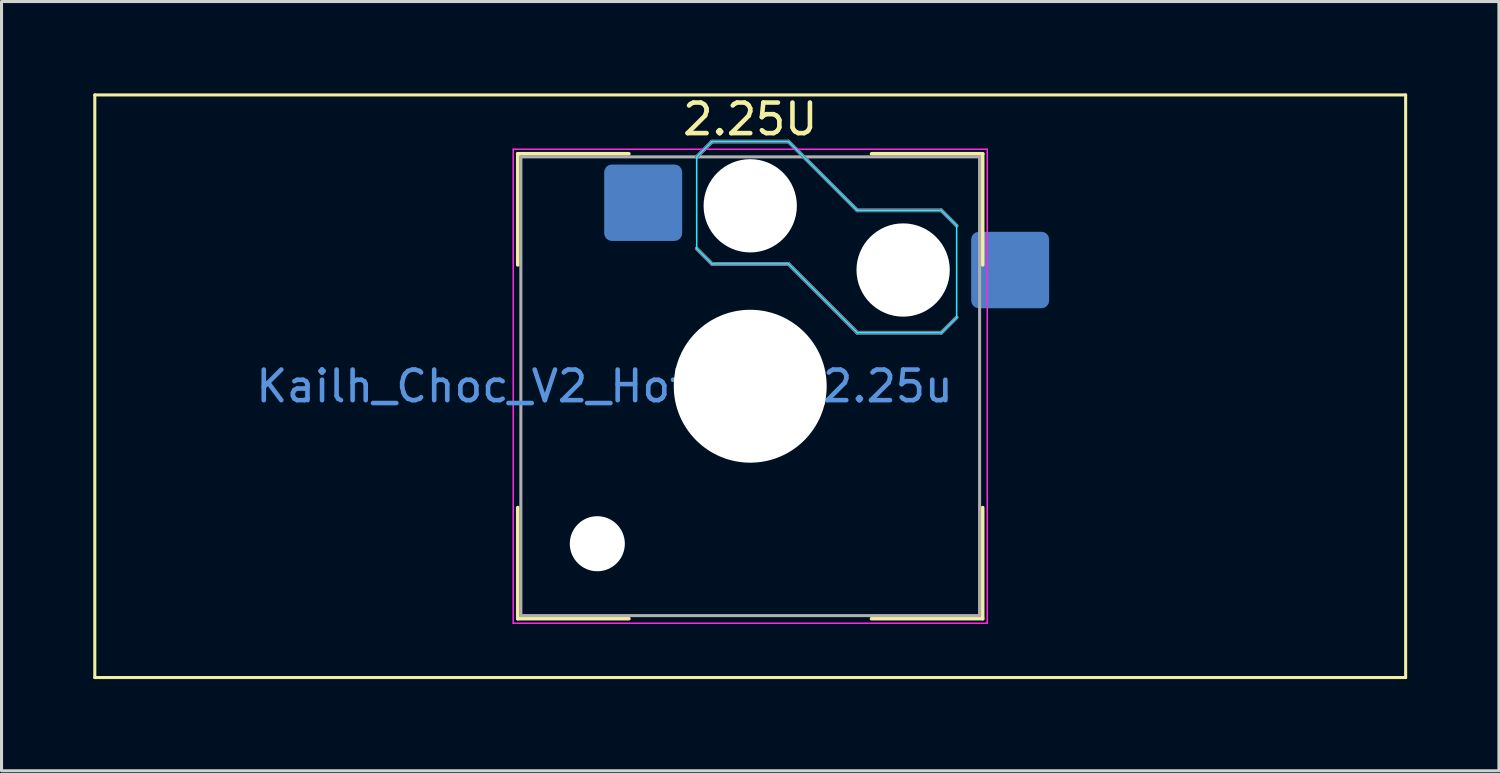
<source format=kicad_pcb>
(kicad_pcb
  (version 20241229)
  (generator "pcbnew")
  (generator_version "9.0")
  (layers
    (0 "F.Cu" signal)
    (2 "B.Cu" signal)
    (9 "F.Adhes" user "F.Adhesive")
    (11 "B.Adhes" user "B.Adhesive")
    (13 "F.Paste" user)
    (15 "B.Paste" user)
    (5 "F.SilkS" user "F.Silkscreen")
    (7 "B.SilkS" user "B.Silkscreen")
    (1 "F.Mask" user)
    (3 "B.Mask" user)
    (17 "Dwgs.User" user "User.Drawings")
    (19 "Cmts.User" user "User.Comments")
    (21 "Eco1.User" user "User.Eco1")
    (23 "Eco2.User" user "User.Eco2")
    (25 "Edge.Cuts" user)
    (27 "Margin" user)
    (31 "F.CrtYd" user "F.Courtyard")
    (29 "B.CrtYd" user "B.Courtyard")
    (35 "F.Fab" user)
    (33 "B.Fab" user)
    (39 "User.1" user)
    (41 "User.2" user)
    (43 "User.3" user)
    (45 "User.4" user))
  (footprint "Kailh_Choc_V2_Hotswap_2.25u"
    (layer "F.Cu")
    (at 21.481 9.579)
    (property "Reference" "Kailh_Choc_V2_Hotswap_2.25u" (at -4.763 0 0) (layer "Cmts.User") (effects (font (size 1 1) (thickness 0.15))))
    (attr smd)
    (fp_line (start -21.431 -9.525) (end -21.431 9.525) (stroke (width 0.1) (type solid)) (layer "F.SilkS"))
    (fp_line (start -21.431 9.525) (end 21.431 9.525) (stroke (width 0.1) (type solid)) (layer "F.SilkS"))
    (fp_line (start -7.6 -3.969) (end -7.6 -7.6) (stroke (width 0.12) (type solid)) (layer "F.SilkS"))
    (fp_line (start -7.6 7.6) (end -7.6 3.969) (stroke (width 0.12) (type solid)) (layer "F.SilkS"))
    (fp_line (start -3.969 -7.6) (end -7.6 -7.6) (stroke (width 0.12) (type solid)) (layer "F.SilkS"))
    (fp_line (start -3.969 7.6) (end -7.6 7.6) (stroke (width 0.12) (type solid)) (layer "F.SilkS"))
    (fp_line (start 7.6 -7.6) (end 3.969 -7.6) (stroke (width 0.12) (type solid)) (layer "F.SilkS"))
    (fp_line (start 7.6 -3.969) (end 7.6 -7.6) (stroke (width 0.12) (type solid)) (layer "F.SilkS"))
    (fp_line (start 7.6 7.6) (end 3.969 7.6) (stroke (width 0.12) (type solid)) (layer "F.SilkS"))
    (fp_line (start 7.6 7.6) (end 7.6 3.969) (stroke (width 0.12) (type solid)) (layer "F.SilkS"))
    (fp_line (start 21.431 -9.525) (end -21.431 -9.525) (stroke (width 0.1) (type solid)) (layer "F.SilkS"))
    (fp_line (start 21.431 9.525) (end 21.431 -9.525) (stroke (width 0.1) (type solid)) (layer "F.SilkS"))
    (fp_line (start -1.75 -7.5) (end -1.25 -8) (stroke (width 0.12) (type solid)) (layer "B.SilkS"))
    (fp_line (start -1.25 -8) (end 1.25 -8) (stroke (width 0.12) (type solid)) (layer "B.SilkS"))
    (fp_line (start -1.25 -4) (end -1.75 -4.5) (stroke (width 0.12) (type solid)) (layer "B.SilkS"))
    (fp_line (start 1.25 -8) (end 3.5 -5.75) (stroke (width 0.12) (type solid)) (layer "B.SilkS"))
    (fp_line (start 1.25 -4) (end -1.25 -4) (stroke (width 0.12) (type solid)) (layer "B.SilkS"))
    (fp_line (start 3.5 -5.75) (end 6.25 -5.75) (stroke (width 0.12) (type solid)) (layer "B.SilkS"))
    (fp_line (start 3.5 -1.75) (end 1.25 -4) (stroke (width 0.12) (type solid)) (layer "B.SilkS"))
    (fp_line (start 6.25 -5.75) (end 6.75 -5.25) (stroke (width 0.12) (type solid)) (layer "B.SilkS"))
    (fp_line (start 6.25 -1.75) (end 3.5 -1.75) (stroke (width 0.12) (type solid)) (layer "B.SilkS"))
    (fp_line (start 6.75 -2.25) (end 6.25 -1.75) (stroke (width 0.12) (type solid)) (layer "B.SilkS"))
    (fp_line (start -7.25 -7.25) (end -7.25 7.25) (stroke (width 0.1) (type solid)) (layer "Eco1.User"))
    (fp_line (start -7.25 7.25) (end 7.25 7.25) (stroke (width 0.1) (type solid)) (layer "Eco1.User"))
    (fp_line (start 7.25 -7.25) (end -7.25 -7.25) (stroke (width 0.1) (type solid)) (layer "Eco1.User"))
    (fp_line (start 7.25 7.25) (end 7.25 -7.25) (stroke (width 0.1) (type solid)) (layer "Eco1.User"))
    (fp_line (start -1.75 -7.5) (end -1.25 -8) (stroke (width 0.05) (type solid)) (layer "B.CrtYd"))
    (fp_line (start -1.75 -4.5) (end -1.75 -7.5) (stroke (width 0.05) (type solid)) (layer "B.CrtYd"))
    (fp_line (start -1.25 -8) (end 1.25 -8) (stroke (width 0.05) (type solid)) (layer "B.CrtYd"))
    (fp_line (start -1.25 -4) (end -1.75 -4.5) (stroke (width 0.05) (type solid)) (layer "B.CrtYd"))
    (fp_line (start 1.25 -8) (end 3.5 -5.75) (stroke (width 0.05) (type solid)) (layer "B.CrtYd"))
    (fp_line (start 1.25 -4) (end -1.25 -4) (stroke (width 0.05) (type solid)) (layer "B.CrtYd"))
    (fp_line (start 3.5 -5.75) (end 6.25 -5.75) (stroke (width 0.05) (type solid)) (layer "B.CrtYd"))
    (fp_line (start 3.5 -1.75) (end 1.25 -4) (stroke (width 0.05) (type solid)) (layer "B.CrtYd"))
    (fp_line (start 6.25 -5.75) (end 6.75 -5.25) (stroke (width 0.05) (type solid)) (layer "B.CrtYd"))
    (fp_line (start 6.25 -1.75) (end 3.5 -1.75) (stroke (width 0.05) (type solid)) (layer "B.CrtYd"))
    (fp_line (start 6.75 -5.25) (end 6.75 -2.25) (stroke (width 0.05) (type solid)) (layer "B.CrtYd"))
    (fp_line (start 6.75 -2.25) (end 6.25 -1.75) (stroke (width 0.05) (type solid)) (layer "B.CrtYd"))
    (fp_line (start -7.75 -7.75) (end -7.75 7.75) (stroke (width 0.05) (type solid)) (layer "F.CrtYd"))
    (fp_line (start -7.75 7.75) (end 7.75 7.75) (stroke (width 0.05) (type solid)) (layer "F.CrtYd"))
    (fp_line (start 7.75 -7.75) (end -7.75 -7.75) (stroke (width 0.05) (type solid)) (layer "F.CrtYd"))
    (fp_line (start 7.75 7.75) (end 7.75 -7.75) (stroke (width 0.05) (type solid)) (layer "F.CrtYd"))
    (fp_line (start -1.75 -7.5) (end -1.25 -8) (stroke (width 0.1) (type solid)) (layer "B.Fab"))
    (fp_line (start -1.25 -8) (end 1.25 -8) (stroke (width 0.1) (type solid)) (layer "B.Fab"))
    (fp_line (start -1.25 -4) (end -1.75 -4.5) (stroke (width 0.1) (type solid)) (layer "B.Fab"))
    (fp_line (start 1.25 -8) (end 3.5 -5.75) (stroke (width 0.1) (type solid)) (layer "B.Fab"))
    (fp_line (start 1.25 -4) (end -1.25 -4) (stroke (width 0.1) (type solid)) (layer "B.Fab"))
    (fp_line (start 3.5 -5.75) (end 6.25 -5.75) (stroke (width 0.1) (type solid)) (layer "B.Fab"))
    (fp_line (start 3.5 -1.75) (end 1.25 -4) (stroke (width 0.1) (type solid)) (layer "B.Fab"))
    (fp_line (start 6.25 -5.75) (end 6.75 -5.25) (stroke (width 0.1) (type solid)) (layer "B.Fab"))
    (fp_line (start 6.25 -1.75) (end 3.5 -1.75) (stroke (width 0.1) (type solid)) (layer "B.Fab"))
    (fp_line (start 6.75 -2.25) (end 6.25 -1.75) (stroke (width 0.1) (type solid)) (layer "B.Fab"))
    (fp_line (start -7.5 -7.5) (end -7.5 7.5) (stroke (width 0.1) (type solid)) (layer "F.Fab"))
    (fp_line (start -7.5 7.5) (end 7.5 7.5) (stroke (width 0.1) (type solid)) (layer "F.Fab"))
    (fp_line (start 7.5 -7.5) (end -7.5 -7.5) (stroke (width 0.1) (type solid)) (layer "F.Fab"))
    (fp_line (start 7.5 7.5) (end 7.5 -7.5) (stroke (width 0.1) (type solid)) (layer "F.Fab"))
    (fp_text user "2.25U" (at 0 -8.731 0) (unlocked yes) (layer "F.SilkS") (effects (font (size 1 1) (thickness 0.15))))
    (pad "" np_thru_hole circle (at -5 5.15) (size 1.8 1.8) (drill 1.8) (layers "*.Cu" "*.Mask"))
    (pad "" np_thru_hole circle (at 0 -5.9) (size 3.05 3.05) (drill 3.05) (layers "*.Cu" "*.Mask"))
    (pad "" np_thru_hole circle (at 0 0) (size 5 5) (drill 5) (layers "*.Cu" "*.Mask"))
    (pad "" np_thru_hole circle (at 5 -3.8) (size 3.05 3.05) (drill 3.05) (layers "*.Cu" "*.Mask"))
    (pad "1" smd roundrect (at -3.5 -6) (size 2.55 2.5) (layers "B.Cu" "B.Mask" "B.Paste") (roundrect_rratio 0.1))
    (pad "2" smd roundrect (at 8.5 -3.8) (size 2.55 2.5) (layers "B.Cu" "B.Mask" "B.Paste") (roundrect_rratio 0.1)))
  (gr_rect
    (start -3 -3)
    (end 45.962 22.154)
    (stroke (width 0.1) (type default))
    (fill no)
    (layer "Edge.Cuts")))
</source>
